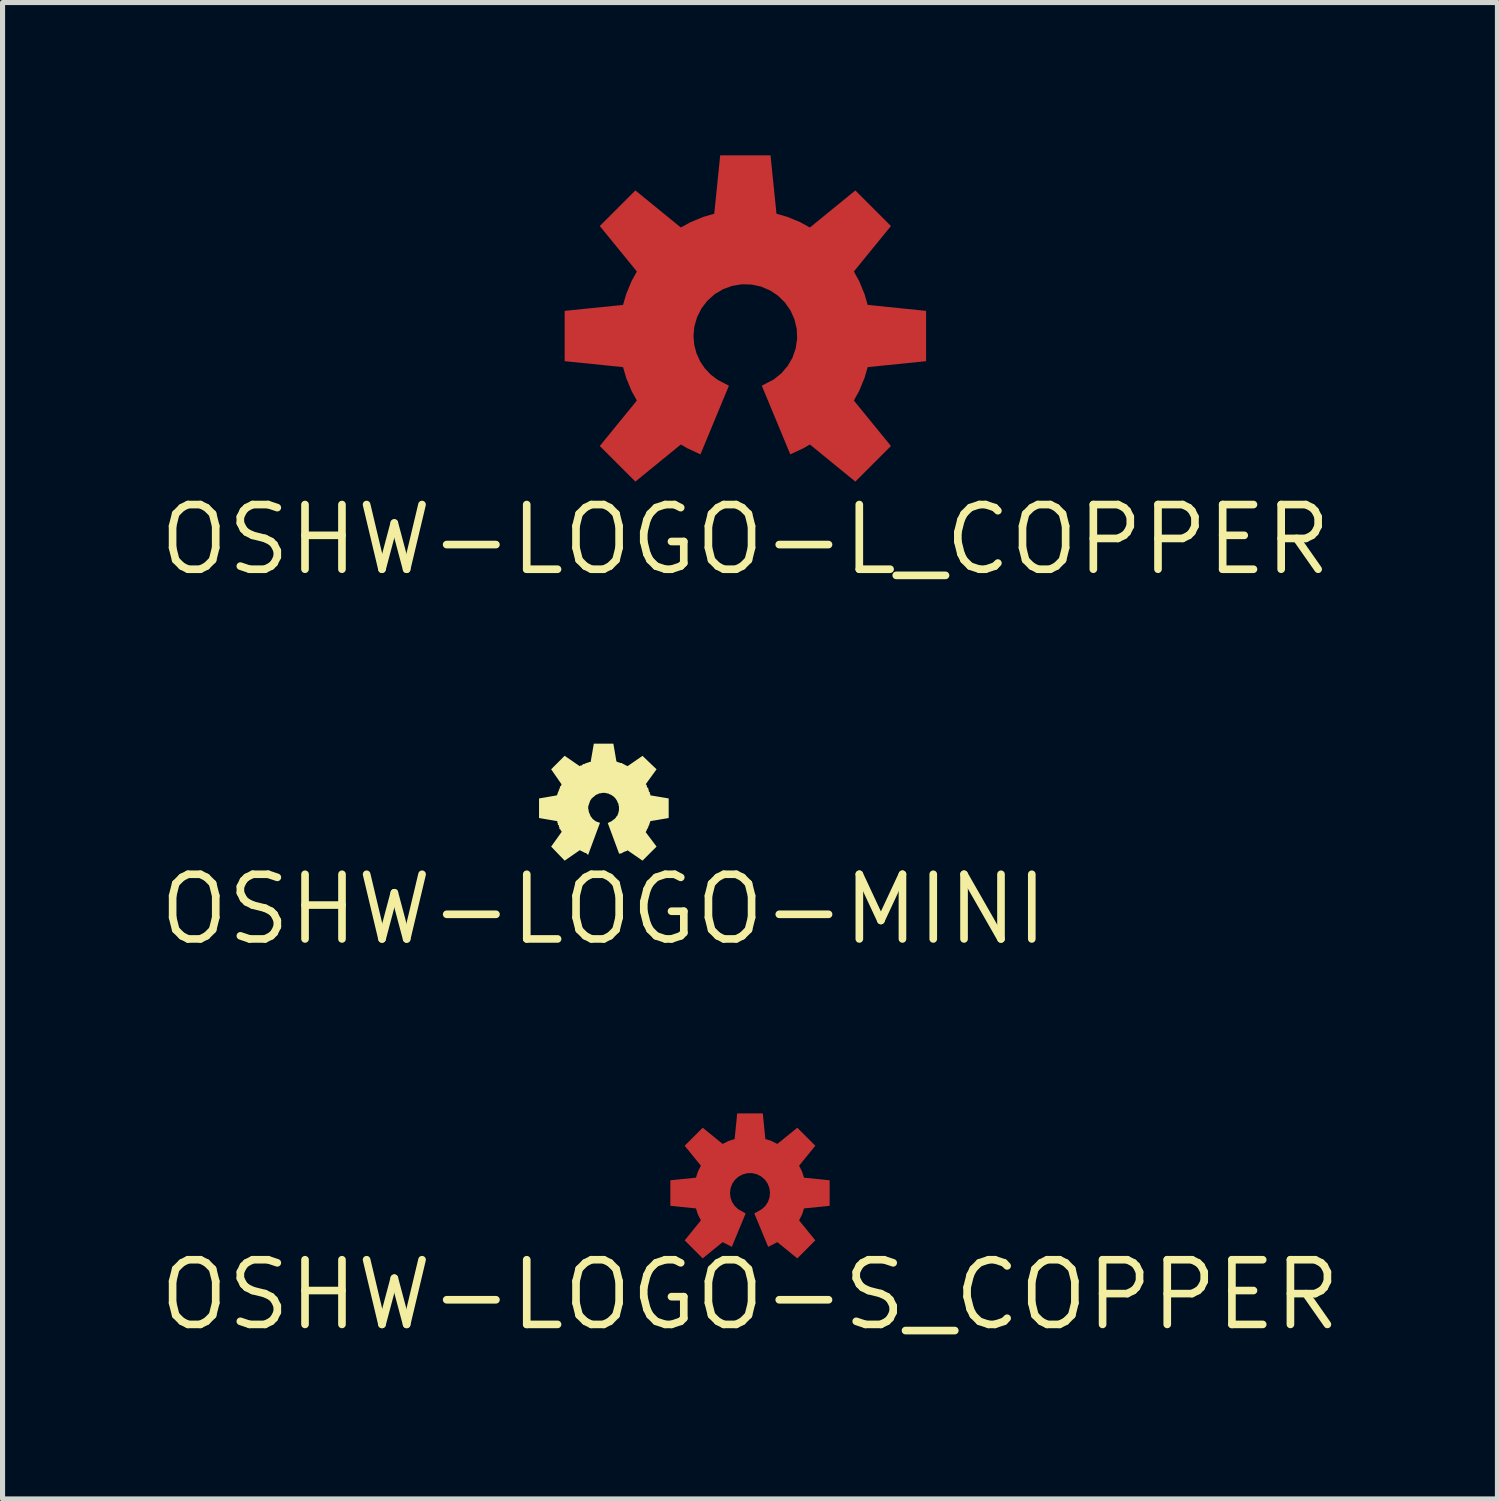
<source format=kicad_pcb>
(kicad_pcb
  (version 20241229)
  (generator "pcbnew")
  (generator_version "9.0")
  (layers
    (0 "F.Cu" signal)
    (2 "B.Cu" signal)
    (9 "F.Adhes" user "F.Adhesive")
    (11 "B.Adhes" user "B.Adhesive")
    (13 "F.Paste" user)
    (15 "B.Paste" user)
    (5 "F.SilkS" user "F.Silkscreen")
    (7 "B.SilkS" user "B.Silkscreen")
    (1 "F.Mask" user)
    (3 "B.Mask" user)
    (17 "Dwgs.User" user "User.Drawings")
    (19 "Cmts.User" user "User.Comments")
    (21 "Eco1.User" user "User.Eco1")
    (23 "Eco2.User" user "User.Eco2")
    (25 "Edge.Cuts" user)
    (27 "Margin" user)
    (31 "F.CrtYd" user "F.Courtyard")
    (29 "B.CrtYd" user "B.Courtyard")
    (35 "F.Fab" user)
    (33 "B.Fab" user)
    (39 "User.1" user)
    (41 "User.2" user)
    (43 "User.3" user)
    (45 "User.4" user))
  (footprint "OSHW-LOGO-S_COPPER"
    (layer "F.Cu")
    (at 11.679 20.38)
    (property "Reference" "OSHW-LOGO-S_COPPER" (at 0 2 0) (layer "F.SilkS") (effects (font (size 1.27 1.27) (thickness 0.15))))
    (fp_poly (pts (xy 0.302 -1.061) (xy 0.302 -1.061) (xy 0.302 -1.061) (xy 0.302 -1.061) (xy 0.423 -1.022) (xy 0.537 -0.964) (xy 0.537 -0.964) (xy 0.537 -0.964) (xy 0.929 -1.283) (xy 1.283 -0.929) (xy 0.964 -0.537) (xy 0.964 -0.537) (xy 0.964 -0.537) (xy 1.022 -0.423) (xy 1.061 -0.302) (xy 1.061 -0.302) (xy 1.061 -0.302) (xy 1.061 -0.302) (xy 1.564 -0.251) (xy 1.564 0.251) (xy 1.061 0.302) (xy 1.061 0.302) (xy 1.061 0.302) (xy 1.061 0.302) (xy 1.022 0.423) (xy 0.964 0.537) (xy 0.964 0.537) (xy 0.964 0.537) (xy 1.283 0.929) (xy 0.929 1.283) (xy 0.537 0.964) (xy 0.537 0.964) (xy 0.357 1.057) (xy 0.085 0.4) (xy 0.232 0.317) (xy 0.232 0.317) (xy 0.233 0.317) (xy 0.301 0.253) (xy 0.301 0.253) (xy 0.353 0.174) (xy 0.353 0.174) (xy 0.353 0.174) (xy 0.384 0.085) (xy 0.384 0.085) (xy 0.384 0.085) (xy 0.384 0.085) (xy 0.393 -0.009) (xy 0.393 -0.009) (xy 0.393 -0.009) (xy 0.393 -0.009) (xy 0.38 -0.102) (xy 0.38 -0.102) (xy 0.345 -0.189) (xy 0.345 -0.189) (xy 0.29 -0.266) (xy 0.29 -0.266) (xy 0.218 -0.327) (xy 0.218 -0.327) (xy 0.218 -0.327) (xy 0.134 -0.369) (xy 0.134 -0.369) (xy 0.043 -0.391) (xy 0.043 -0.391) (xy -0.051 -0.39) (xy -0.051 -0.39) (xy -0.143 -0.366) (xy -0.143 -0.366) (xy -0.226 -0.322) (xy -0.226 -0.322) (xy -0.296 -0.259) (xy -0.296 -0.259) (xy -0.349 -0.182) (xy -0.349 -0.181) (xy -0.349 -0.181) (xy -0.382 -0.093) (xy -0.382 -0.093) (xy -0.382 -0.093) (xy -0.393 0.000095) (xy -0.393 0.000097) (xy -0.382 0.092) (xy -0.382 0.092) (xy -0.382 0.092) (xy -0.35 0.179) (xy -0.35 0.179) (xy -0.299 0.255) (xy -0.299 0.255) (xy -0.299 0.255) (xy -0.231 0.318) (xy -0.231 0.318) (xy -0.231 0.318) (xy -0.085 0.4) (xy -0.357 1.057) (xy -0.537 0.964) (xy -0.537 0.964) (xy -0.929 1.283) (xy -1.283 0.929) (xy -0.964 0.537) (xy -0.964 0.537) (xy -0.964 0.537) (xy -1.022 0.423) (xy -1.061 0.302) (xy -1.061 0.302) (xy -1.061 0.302) (xy -1.061 0.302) (xy -1.564 0.251) (xy -1.564 -0.251) (xy -1.061 -0.302) (xy -1.061 -0.302) (xy -1.061 -0.302) (xy -1.061 -0.302) (xy -1.022 -0.423) (xy -0.964 -0.537) (xy -0.964 -0.537) (xy -0.964 -0.537) (xy -1.283 -0.929) (xy -0.929 -1.283) (xy -0.537 -0.964) (xy -0.537 -0.964) (xy -0.537 -0.964) (xy -0.423 -1.022) (xy -0.302 -1.061) (xy -0.302 -1.061) (xy -0.302 -1.061) (xy -0.302 -1.061) (xy -0.251 -1.564) (xy 0.251 -1.564)) (stroke (width 0) (type default)) (fill yes) (layer "F.Cu")))
  (footprint "OSHW-LOGO-MINI"
    (layer "F.Cu")
    (at 8.807 12.81)
    (property "Reference" "OSHW-LOGO-MINI" (at 0 2 0) (layer "F.SilkS") (effects (font (size 1.27 1.27) (thickness 0.15))))
    (fp_poly (pts (xy 0.249 -0.904) (xy 0.249 -0.904) (xy 0.249 -0.904) (xy 0.249 -0.904) (xy 0.256 -0.905) (xy 0.266 -0.895) (xy 0.272 -0.897) (xy 0.296 -0.885) (xy 0.296 -0.885) (xy 0.302 -0.887) (xy 0.326 -0.875) (xy 0.326 -0.875) (xy 0.364 -0.875) (xy 0.369 -0.859) (xy 0.372 -0.859) (xy 0.376 -0.855) (xy 0.382 -0.857) (xy 0.427 -0.835) (xy 0.429 -0.829) (xy 0.432 -0.829) (xy 0.436 -0.825) (xy 0.436 -0.825) (xy 0.442 -0.827) (xy 0.468 -0.814) (xy 0.468 -0.814) (xy 0.468 -0.814) (xy 0.761 -1.016) (xy 1.037 -0.752) (xy 0.824 -0.458) (xy 0.828 -0.455) (xy 0.828 -0.45) (xy 0.845 -0.444) (xy 0.845 -0.413) (xy 0.848 -0.41) (xy 0.858 -0.39) (xy 0.858 -0.39) (xy 0.858 -0.39) (xy 0.858 -0.39) (xy 0.875 -0.384) (xy 0.875 -0.353) (xy 0.885 -0.343) (xy 0.885 -0.316) (xy 0.888 -0.313) (xy 0.888 -0.31) (xy 0.905 -0.304) (xy 0.905 -0.273) (xy 0.915 -0.263) (xy 0.915 -0.24) (xy 0.915 -0.24) (xy 1.275 -0.18) (xy 1.275 0.205) (xy 0.915 0.266) (xy 0.915 0.27) (xy 0.905 0.292) (xy 0.905 0.292) (xy 0.905 0.292) (xy 0.907 0.298) (xy 0.895 0.322) (xy 0.897 0.328) (xy 0.875 0.372) (xy 0.875 0.372) (xy 0.877 0.378) (xy 0.854 0.423) (xy 0.848 0.425) (xy 0.848 0.428) (xy 0.845 0.432) (xy 0.847 0.438) (xy 0.827 0.477) (xy 0.822 0.48) (xy 1.037 0.766) (xy 0.761 1.042) (xy 0.465 0.838) (xy 0.456 0.851) (xy 0.442 0.851) (xy 0.432 0.861) (xy 0.412 0.861) (xy 0.402 0.871) (xy 0.392 0.871) (xy 0.382 0.881) (xy 0.372 0.881) (xy 0.357 0.896) (xy 0.302 0.906) (xy 0.079 0.304) (xy 0.164 0.261) (xy 0.164 0.261) (xy 0.164 0.261) (xy 0.184 0.241) (xy 0.204 0.231) (xy 0.204 0.231) (xy 0.235 0.2) (xy 0.235 0.2) (xy 0.245 0.18) (xy 0.265 0.16) (xy 0.265 0.16) (xy 0.268 0.157) (xy 0.271 0.148) (xy 0.271 0.148) (xy 0.271 0.148) (xy 0.281 0.118) (xy 0.289 0.104) (xy 0.289 0.086) (xy 0.299 0.056) (xy 0.299 0.056) (xy 0.299 -0.021) (xy 0.299 -0.021) (xy 0.289 -0.051) (xy 0.289 -0.076) (xy 0.272 -0.101) (xy 0.262 -0.131) (xy 0.262 -0.131) (xy 0.227 -0.183) (xy 0.227 -0.183) (xy 0.227 -0.183) (xy 0.227 -0.183) (xy 0.192 -0.218) (xy 0.192 -0.218) (xy 0.192 -0.218) (xy 0.14 -0.253) (xy 0.14 -0.253) (xy 0.11 -0.263) (xy 0.085 -0.279) (xy 0.06 -0.279) (xy 0.03 -0.289) (xy -0.029 -0.289) (xy -0.029 -0.289) (xy -0.029 -0.289) (xy -0.029 -0.289) (xy -0.069 -0.279) (xy -0.092 -0.279) (xy -0.117 -0.263) (xy -0.147 -0.253) (xy -0.147 -0.253) (xy -0.169 -0.238) (xy -0.169 -0.238) (xy -0.169 -0.238) (xy -0.189 -0.218) (xy -0.219 -0.198) (xy -0.222 -0.186) (xy -0.234 -0.183) (xy -0.234 -0.183) (xy -0.234 -0.183) (xy -0.269 -0.131) (xy -0.269 -0.131) (xy -0.305 -0.021) (xy -0.305 -0.021) (xy -0.305 0.026) (xy -0.305 0.026) (xy -0.295 0.056) (xy -0.295 0.084) (xy -0.295 0.084) (xy -0.278 0.118) (xy -0.268 0.148) (xy -0.268 0.148) (xy -0.252 0.18) (xy -0.252 0.18) (xy -0.252 0.18) (xy -0.232 0.2) (xy -0.222 0.22) (xy -0.222 0.22) (xy -0.214 0.223) (xy -0.211 0.231) (xy -0.191 0.241) (xy -0.171 0.261) (xy -0.171 0.261) (xy -0.171 0.261) (xy -0.139 0.277) (xy -0.139 0.277) (xy -0.139 0.277) (xy -0.074 0.299) (xy -0.308 0.931) (xy -0.349 0.891) (xy -0.369 0.891) (xy -0.379 0.881) (xy -0.389 0.881) (xy -0.399 0.871) (xy -0.409 0.871) (xy -0.419 0.861) (xy -0.429 0.861) (xy -0.439 0.851) (xy -0.449 0.851) (xy -0.46 0.84) (xy -0.472 0.838) (xy -0.472 0.838) (xy -0.472 0.838) (xy -0.768 1.042) (xy -1.033 0.766) (xy -0.828 0.479) (xy -0.828 0.479) (xy -0.83 0.464) (xy -0.831 0.462) (xy -0.835 0.458) (xy -0.835 0.455) (xy -0.841 0.453) (xy -0.855 0.425) (xy -0.855 0.425) (xy -0.871 0.42) (xy -0.871 0.388) (xy -0.881 0.378) (xy -0.881 0.352) (xy -0.885 0.348) (xy -0.885 0.345) (xy -0.901 0.34) (xy -0.901 0.308) (xy -0.911 0.298) (xy -0.911 0.27) (xy -0.914 0.266) (xy -0.914 0.266) (xy -0.914 0.266) (xy -1.271 0.205) (xy -1.271 -0.179) (xy -0.92 -0.24) (xy -0.92 -0.24) (xy -0.92 -0.24) (xy -0.92 -0.24) (xy -0.921 -0.247) (xy -0.911 -0.256) (xy -0.911 -0.256) (xy -0.913 -0.262) (xy -0.901 -0.286) (xy -0.903 -0.292) (xy -0.881 -0.336) (xy -0.881 -0.336) (xy -0.881 -0.336) (xy -0.883 -0.342) (xy -0.865 -0.38) (xy -0.861 -0.383) (xy -0.861 -0.414) (xy -0.845 -0.42) (xy -0.845 -0.42) (xy -0.845 -0.42) (xy -0.845 -0.42) (xy -0.835 -0.44) (xy -0.831 -0.443) (xy -0.831 -0.46) (xy -0.831 -0.46) (xy -0.831 -0.46) (xy -1.033 -0.752) (xy -0.768 -1.017) (xy -0.472 -0.813) (xy -0.472 -0.813) (xy -0.463 -0.825) (xy -0.439 -0.825) (xy -0.436 -0.829) (xy -0.416 -0.839) (xy -0.416 -0.839) (xy -0.41 -0.855) (xy -0.379 -0.855) (xy -0.376 -0.859) (xy -0.338 -0.877) (xy -0.332 -0.875) (xy -0.312 -0.885) (xy -0.299 -0.885) (xy -0.289 -0.895) (xy -0.262 -0.895) (xy -0.262 -0.895) (xy -0.262 -0.895) (xy -0.261 -0.895) (xy -0.257 -0.898) (xy -0.257 -0.898) (xy -0.257 -0.898) (xy -0.257 -0.898) (xy -0.257 -0.898) (xy -0.195 -1.255) (xy 0.189 -1.255)) (stroke (width 0) (type default)) (fill yes) (layer "F.SilkS")))
  (footprint "OSHW-LOGO-L_COPPER"
    (layer "F.Cu")
    (at 11.588 3.549)
    (property "Reference" "OSHW-LOGO-L_COPPER" (at 0 4 0) (layer "F.SilkS") (effects (font (size 1.27 1.27) (thickness 0.15))))
    (fp_poly (pts (xy 0.611 -2.403) (xy 0.611 -2.403) (xy 0.611 -2.402) (xy 0.821 -2.341) (xy 1.075 -2.237) (xy 1.267 -2.131) (xy 1.267 -2.131) (xy 1.267 -2.131) (xy 1.267 -2.131) (xy 2.16 -2.859) (xy 2.859 -2.16) (xy 2.131 -1.267) (xy 2.131 -1.267) (xy 2.131 -1.267) (xy 2.131 -1.267) (xy 2.131 -1.267) (xy 2.237 -1.075) (xy 2.341 -0.821) (xy 2.402 -0.611) (xy 2.403 -0.611) (xy 2.403 -0.611) (xy 3.549 -0.494) (xy 3.549 0.494) (xy 2.403 0.611) (xy 2.403 0.611) (xy 2.402 0.611) (xy 2.341 0.821) (xy 2.237 1.075) (xy 2.131 1.267) (xy 2.131 1.267) (xy 2.131 1.267) (xy 2.131 1.267) (xy 2.859 2.16) (xy 2.16 2.859) (xy 1.268 2.131) (xy 1.268 2.131) (xy 1.267 2.131) (xy 1.267 2.131) (xy 1.267 2.131) (xy 1.136 2.206) (xy 0.882 2.324) (xy 0.323 0.976) (xy 0.559 0.852) (xy 0.559 0.852) (xy 0.559 0.852) (xy 0.708 0.732) (xy 0.708 0.732) (xy 0.708 0.732) (xy 0.832 0.587) (xy 0.832 0.587) (xy 0.927 0.422) (xy 0.927 0.422) (xy 0.927 0.422) (xy 0.927 0.422) (xy 0.989 0.241) (xy 0.989 0.241) (xy 0.989 0.241) (xy 0.989 0.241) (xy 1.017 0.052) (xy 1.017 0.052) (xy 1.017 0.052) (xy 1.009 -0.139) (xy 1.009 -0.139) (xy 1.009 -0.139) (xy 1.009 -0.139) (xy 0.965 -0.325) (xy 0.888 -0.499) (xy 0.888 -0.499) (xy 0.888 -0.499) (xy 0.888 -0.499) (xy 0.779 -0.656) (xy 0.779 -0.656) (xy 0.779 -0.656) (xy 0.779 -0.656) (xy 0.643 -0.79) (xy 0.643 -0.79) (xy 0.643 -0.79) (xy 0.643 -0.79) (xy 0.484 -0.896) (xy 0.308 -0.971) (xy 0.308 -0.971) (xy 0.308 -0.971) (xy 0.308 -0.971) (xy 0.121 -1.011) (xy 0.121 -1.011) (xy 0.121 -1.011) (xy 0.121 -1.011) (xy -0.07 -1.016) (xy -0.07 -1.016) (xy -0.07 -1.016) (xy -0.258 -0.985) (xy -0.437 -0.92) (xy -0.437 -0.92) (xy -0.437 -0.92) (xy -0.601 -0.822) (xy -0.601 -0.822) (xy -0.601 -0.822) (xy -0.744 -0.695) (xy -0.744 -0.695) (xy -0.861 -0.544) (xy -0.861 -0.544) (xy -0.947 -0.374) (xy -0.947 -0.374) (xy -0.947 -0.374) (xy -1.001 -0.19) (xy -1.001 -0.19) (xy -1.001 -0.19) (xy -1.019 0.000371) (xy -1.019 0.000374) (xy -1.004 0.171) (xy -1.004 0.171) (xy -0.961 0.336) (xy -0.961 0.336) (xy -0.961 0.336) (xy -0.891 0.493) (xy -0.891 0.493) (xy -0.891 0.493) (xy -0.891 0.493) (xy -0.796 0.635) (xy -0.796 0.635) (xy -0.796 0.635) (xy -0.679 0.759) (xy -0.542 0.862) (xy -0.542 0.862) (xy -0.323 0.976) (xy -0.882 2.324) (xy -1.136 2.206) (xy -1.267 2.131) (xy -1.267 2.131) (xy -1.267 2.131) (xy -1.268 2.131) (xy -1.268 2.131) (xy -2.16 2.859) (xy -2.859 2.16) (xy -2.131 1.267) (xy -2.131 1.267) (xy -2.131 1.267) (xy -2.131 1.267) (xy -2.237 1.075) (xy -2.341 0.821) (xy -2.402 0.611) (xy -2.403 0.611) (xy -2.403 0.611) (xy -3.549 0.494) (xy -3.549 -0.494) (xy -2.403 -0.611) (xy -2.403 -0.611) (xy -2.402 -0.611) (xy -2.341 -0.821) (xy -2.237 -1.075) (xy -2.131 -1.267) (xy -2.131 -1.267) (xy -2.131 -1.267) (xy -2.131 -1.267) (xy -2.131 -1.267) (xy -2.859 -2.16) (xy -2.16 -2.859) (xy -1.267 -2.131) (xy -1.267 -2.131) (xy -1.267 -2.131) (xy -1.267 -2.131) (xy -1.075 -2.237) (xy -0.821 -2.341) (xy -0.611 -2.402) (xy -0.611 -2.403) (xy -0.611 -2.403) (xy -0.494 -3.549) (xy 0.494 -3.549)) (stroke (width 0) (type default)) (fill yes) (layer "F.Cu")))
  (gr_rect
    (start -3 -3)
    (end 26.358 26.387)
    (stroke (width 0.1) (type default))
    (fill no)
    (layer "Edge.Cuts")))
</source>
